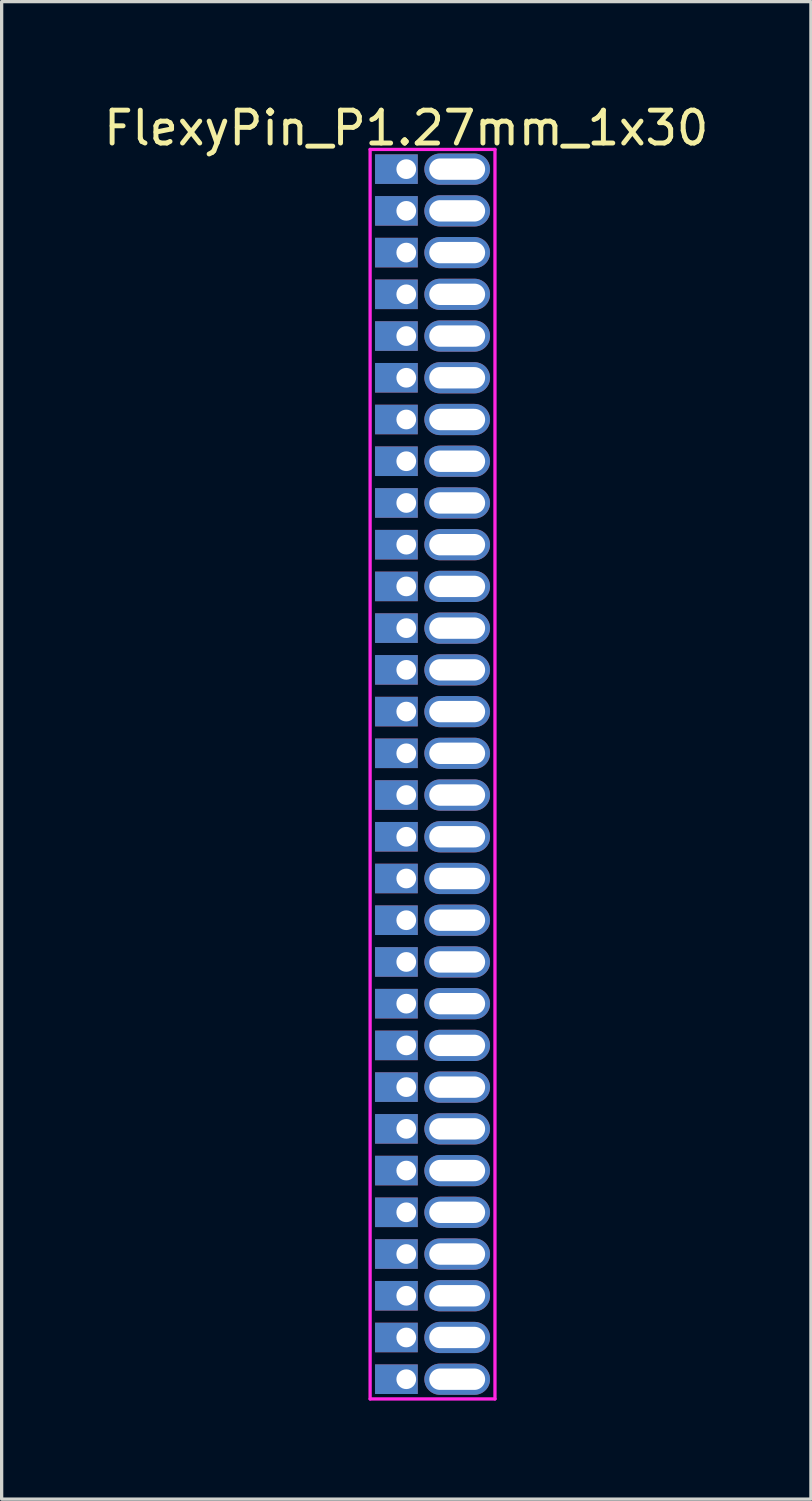
<source format=kicad_pcb>
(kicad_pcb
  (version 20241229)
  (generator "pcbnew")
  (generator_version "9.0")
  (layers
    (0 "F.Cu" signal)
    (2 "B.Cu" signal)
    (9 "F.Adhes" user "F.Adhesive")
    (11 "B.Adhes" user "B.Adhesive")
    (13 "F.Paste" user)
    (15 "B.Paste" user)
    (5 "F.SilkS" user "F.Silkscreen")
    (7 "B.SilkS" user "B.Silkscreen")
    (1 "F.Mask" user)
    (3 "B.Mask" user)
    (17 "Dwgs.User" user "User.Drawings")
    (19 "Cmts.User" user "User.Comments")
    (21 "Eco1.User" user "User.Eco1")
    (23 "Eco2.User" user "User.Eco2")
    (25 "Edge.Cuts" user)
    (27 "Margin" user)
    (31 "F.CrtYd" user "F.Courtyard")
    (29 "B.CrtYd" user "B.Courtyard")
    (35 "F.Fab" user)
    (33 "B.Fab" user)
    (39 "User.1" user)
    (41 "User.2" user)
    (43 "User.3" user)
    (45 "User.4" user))
  (footprint "FlexyPin_P1.27mm_1x30"
    (layer "F.Cu")
    (at 9.315 2.098)
    (property "Reference" "FlexyPin_P1.27mm_1x30" (at 0 -1.25 0) (layer "F.SilkS") (effects (font (size 1 1) (thickness 0.15))))
    (attr through_hole)
    (fp_line (start -1.1 -0.6) (end 2.7 -0.6) (stroke (width 0.1) (type solid)) (layer "F.CrtYd"))
    (fp_line (start -1.1 37.43) (end -1.1 -0.6) (stroke (width 0.1) (type solid)) (layer "F.CrtYd"))
    (fp_line (start 2.7 -0.6) (end 2.7 37.43) (stroke (width 0.1) (type solid)) (layer "F.CrtYd"))
    (fp_line (start 2.7 37.43) (end -1.1 37.43) (stroke (width 0.1) (type solid)) (layer "F.CrtYd"))
    (pad "" thru_hole oval (at 1.55 0) (size 2 0.95) (drill oval 1.7 0.65) (layers "*.Cu" "*.Mask"))
    (pad "" thru_hole oval (at 1.55 1.27) (size 2 0.95) (drill oval 1.7 0.65) (layers "*.Cu" "*.Mask"))
    (pad "" thru_hole oval (at 1.55 2.54) (size 2 0.95) (drill oval 1.7 0.65) (layers "*.Cu" "*.Mask"))
    (pad "" thru_hole oval (at 1.55 3.81) (size 2 0.95) (drill oval 1.7 0.65) (layers "*.Cu" "*.Mask"))
    (pad "" thru_hole oval (at 1.55 5.08) (size 2 0.95) (drill oval 1.7 0.65) (layers "*.Cu" "*.Mask"))
    (pad "" thru_hole oval (at 1.55 6.35) (size 2 0.95) (drill oval 1.7 0.65) (layers "*.Cu" "*.Mask"))
    (pad "" thru_hole oval (at 1.55 7.62) (size 2 0.95) (drill oval 1.7 0.65) (layers "*.Cu" "*.Mask"))
    (pad "" thru_hole oval (at 1.55 8.89) (size 2 0.95) (drill oval 1.7 0.65) (layers "*.Cu" "*.Mask"))
    (pad "" thru_hole oval (at 1.55 10.16) (size 2 0.95) (drill oval 1.7 0.65) (layers "*.Cu" "*.Mask"))
    (pad "" thru_hole oval (at 1.55 11.43) (size 2 0.95) (drill oval 1.7 0.65) (layers "*.Cu" "*.Mask"))
    (pad "" thru_hole oval (at 1.55 12.7) (size 2 0.95) (drill oval 1.7 0.65) (layers "*.Cu" "*.Mask"))
    (pad "" thru_hole oval (at 1.55 13.97) (size 2 0.95) (drill oval 1.7 0.65) (layers "*.Cu" "*.Mask"))
    (pad "" thru_hole oval (at 1.55 15.24) (size 2 0.95) (drill oval 1.7 0.65) (layers "*.Cu" "*.Mask"))
    (pad "" thru_hole oval (at 1.55 16.51) (size 2 0.95) (drill oval 1.7 0.65) (layers "*.Cu" "*.Mask"))
    (pad "" thru_hole oval (at 1.55 17.78) (size 2 0.95) (drill oval 1.7 0.65) (layers "*.Cu" "*.Mask"))
    (pad "" thru_hole oval (at 1.55 19.05) (size 2 0.95) (drill oval 1.7 0.65) (layers "*.Cu" "*.Mask"))
    (pad "" thru_hole oval (at 1.55 20.32) (size 2 0.95) (drill oval 1.7 0.65) (layers "*.Cu" "*.Mask"))
    (pad "" thru_hole oval (at 1.55 21.59) (size 2 0.95) (drill oval 1.7 0.65) (layers "*.Cu" "*.Mask"))
    (pad "" thru_hole oval (at 1.55 22.86) (size 2 0.95) (drill oval 1.7 0.65) (layers "*.Cu" "*.Mask"))
    (pad "" thru_hole oval (at 1.55 24.13) (size 2 0.95) (drill oval 1.7 0.65) (layers "*.Cu" "*.Mask"))
    (pad "" thru_hole oval (at 1.55 25.4) (size 2 0.95) (drill oval 1.7 0.65) (layers "*.Cu" "*.Mask"))
    (pad "" thru_hole oval (at 1.55 26.67) (size 2 0.95) (drill oval 1.7 0.65) (layers "*.Cu" "*.Mask"))
    (pad "" thru_hole oval (at 1.55 27.94) (size 2 0.95) (drill oval 1.7 0.65) (layers "*.Cu" "*.Mask"))
    (pad "" thru_hole oval (at 1.55 29.21) (size 2 0.95) (drill oval 1.7 0.65) (layers "*.Cu" "*.Mask"))
    (pad "" thru_hole oval (at 1.55 30.48) (size 2 0.95) (drill oval 1.7 0.65) (layers "*.Cu" "*.Mask"))
    (pad "" thru_hole oval (at 1.55 31.75) (size 2 0.95) (drill oval 1.7 0.65) (layers "*.Cu" "*.Mask"))
    (pad "" thru_hole oval (at 1.55 33.02) (size 2 0.95) (drill oval 1.7 0.65) (layers "*.Cu" "*.Mask"))
    (pad "" thru_hole oval (at 1.55 34.29) (size 2 0.95) (drill oval 1.7 0.65) (layers "*.Cu" "*.Mask"))
    (pad "" thru_hole oval (at 1.55 35.56) (size 2 0.95) (drill oval 1.7 0.65) (layers "*.Cu" "*.Mask"))
    (pad "" thru_hole oval (at 1.55 36.83) (size 2 0.95) (drill oval 1.7 0.65) (layers "*.Cu" "*.Mask"))
    (pad "1" thru_hole rect (at 0 0) (size 1.3 0.9) (drill 0.6 (offset -0.3 0)) (layers "*.Cu" "*.Mask"))
    (pad "2" thru_hole rect (at 0 1.27) (size 1.3 0.9) (drill 0.6 (offset -0.3 0)) (layers "*.Cu" "*.Mask"))
    (pad "3" thru_hole rect (at 0 2.54) (size 1.3 0.9) (drill 0.6 (offset -0.3 0)) (layers "*.Cu" "*.Mask"))
    (pad "4" thru_hole rect (at 0 3.81) (size 1.3 0.9) (drill 0.6 (offset -0.3 0)) (layers "*.Cu" "*.Mask"))
    (pad "5" thru_hole rect (at 0 5.08) (size 1.3 0.9) (drill 0.6 (offset -0.3 0)) (layers "*.Cu" "*.Mask"))
    (pad "6" thru_hole rect (at 0 6.35) (size 1.3 0.9) (drill 0.6 (offset -0.3 0)) (layers "*.Cu" "*.Mask"))
    (pad "7" thru_hole rect (at 0 7.62) (size 1.3 0.9) (drill 0.6 (offset -0.3 0)) (layers "*.Cu" "*.Mask"))
    (pad "8" thru_hole rect (at 0 8.89) (size 1.3 0.9) (drill 0.6 (offset -0.3 0)) (layers "*.Cu" "*.Mask"))
    (pad "9" thru_hole rect (at 0 10.16) (size 1.3 0.9) (drill 0.6 (offset -0.3 0)) (layers "*.Cu" "*.Mask"))
    (pad "10" thru_hole rect (at 0 11.43) (size 1.3 0.9) (drill 0.6 (offset -0.3 0)) (layers "*.Cu" "*.Mask"))
    (pad "11" thru_hole rect (at 0 12.7) (size 1.3 0.9) (drill 0.6 (offset -0.3 0)) (layers "*.Cu" "*.Mask"))
    (pad "12" thru_hole rect (at 0 13.97) (size 1.3 0.9) (drill 0.6 (offset -0.3 0)) (layers "*.Cu" "*.Mask"))
    (pad "13" thru_hole rect (at 0 15.24) (size 1.3 0.9) (drill 0.6 (offset -0.3 0)) (layers "*.Cu" "*.Mask"))
    (pad "14" thru_hole rect (at 0 16.51) (size 1.3 0.9) (drill 0.6 (offset -0.3 0)) (layers "*.Cu" "*.Mask"))
    (pad "15" thru_hole rect (at 0 17.78) (size 1.3 0.9) (drill 0.6 (offset -0.3 0)) (layers "*.Cu" "*.Mask"))
    (pad "16" thru_hole rect (at 0 19.05) (size 1.3 0.9) (drill 0.6 (offset -0.3 0)) (layers "*.Cu" "*.Mask"))
    (pad "17" thru_hole rect (at 0 20.32) (size 1.3 0.9) (drill 0.6 (offset -0.3 0)) (layers "*.Cu" "*.Mask"))
    (pad "18" thru_hole rect (at 0 21.59) (size 1.3 0.9) (drill 0.6 (offset -0.3 0)) (layers "*.Cu" "*.Mask"))
    (pad "19" thru_hole rect (at 0 22.86) (size 1.3 0.9) (drill 0.6 (offset -0.3 0)) (layers "*.Cu" "*.Mask"))
    (pad "20" thru_hole rect (at 0 24.13) (size 1.3 0.9) (drill 0.6 (offset -0.3 0)) (layers "*.Cu" "*.Mask"))
    (pad "21" thru_hole rect (at 0 25.4) (size 1.3 0.9) (drill 0.6 (offset -0.3 0)) (layers "*.Cu" "*.Mask"))
    (pad "22" thru_hole rect (at 0 26.67) (size 1.3 0.9) (drill 0.6 (offset -0.3 0)) (layers "*.Cu" "*.Mask"))
    (pad "23" thru_hole rect (at 0 27.94) (size 1.3 0.9) (drill 0.6 (offset -0.3 0)) (layers "*.Cu" "*.Mask"))
    (pad "24" thru_hole rect (at 0 29.21) (size 1.3 0.9) (drill 0.6 (offset -0.3 0)) (layers "*.Cu" "*.Mask"))
    (pad "25" thru_hole rect (at 0 30.48) (size 1.3 0.9) (drill 0.6 (offset -0.3 0)) (layers "*.Cu" "*.Mask"))
    (pad "26" thru_hole rect (at 0 31.75) (size 1.3 0.9) (drill 0.6 (offset -0.3 0)) (layers "*.Cu" "*.Mask"))
    (pad "27" thru_hole rect (at 0 33.02) (size 1.3 0.9) (drill 0.6 (offset -0.3 0)) (layers "*.Cu" "*.Mask"))
    (pad "28" thru_hole rect (at 0 34.29) (size 1.3 0.9) (drill 0.6 (offset -0.3 0)) (layers "*.Cu" "*.Mask"))
    (pad "29" thru_hole rect (at 0 35.56) (size 1.3 0.9) (drill 0.6 (offset -0.3 0)) (layers "*.Cu" "*.Mask"))
    (pad "30" thru_hole rect (at 0 36.83) (size 1.3 0.9) (drill 0.6 (offset -0.3 0)) (layers "*.Cu" "*.Mask")))
  (gr_rect
    (start -3 -3)
    (end 21.631 42.578)
    (stroke (width 0.1) (type default))
    (fill no)
    (layer "Edge.Cuts")))
</source>
